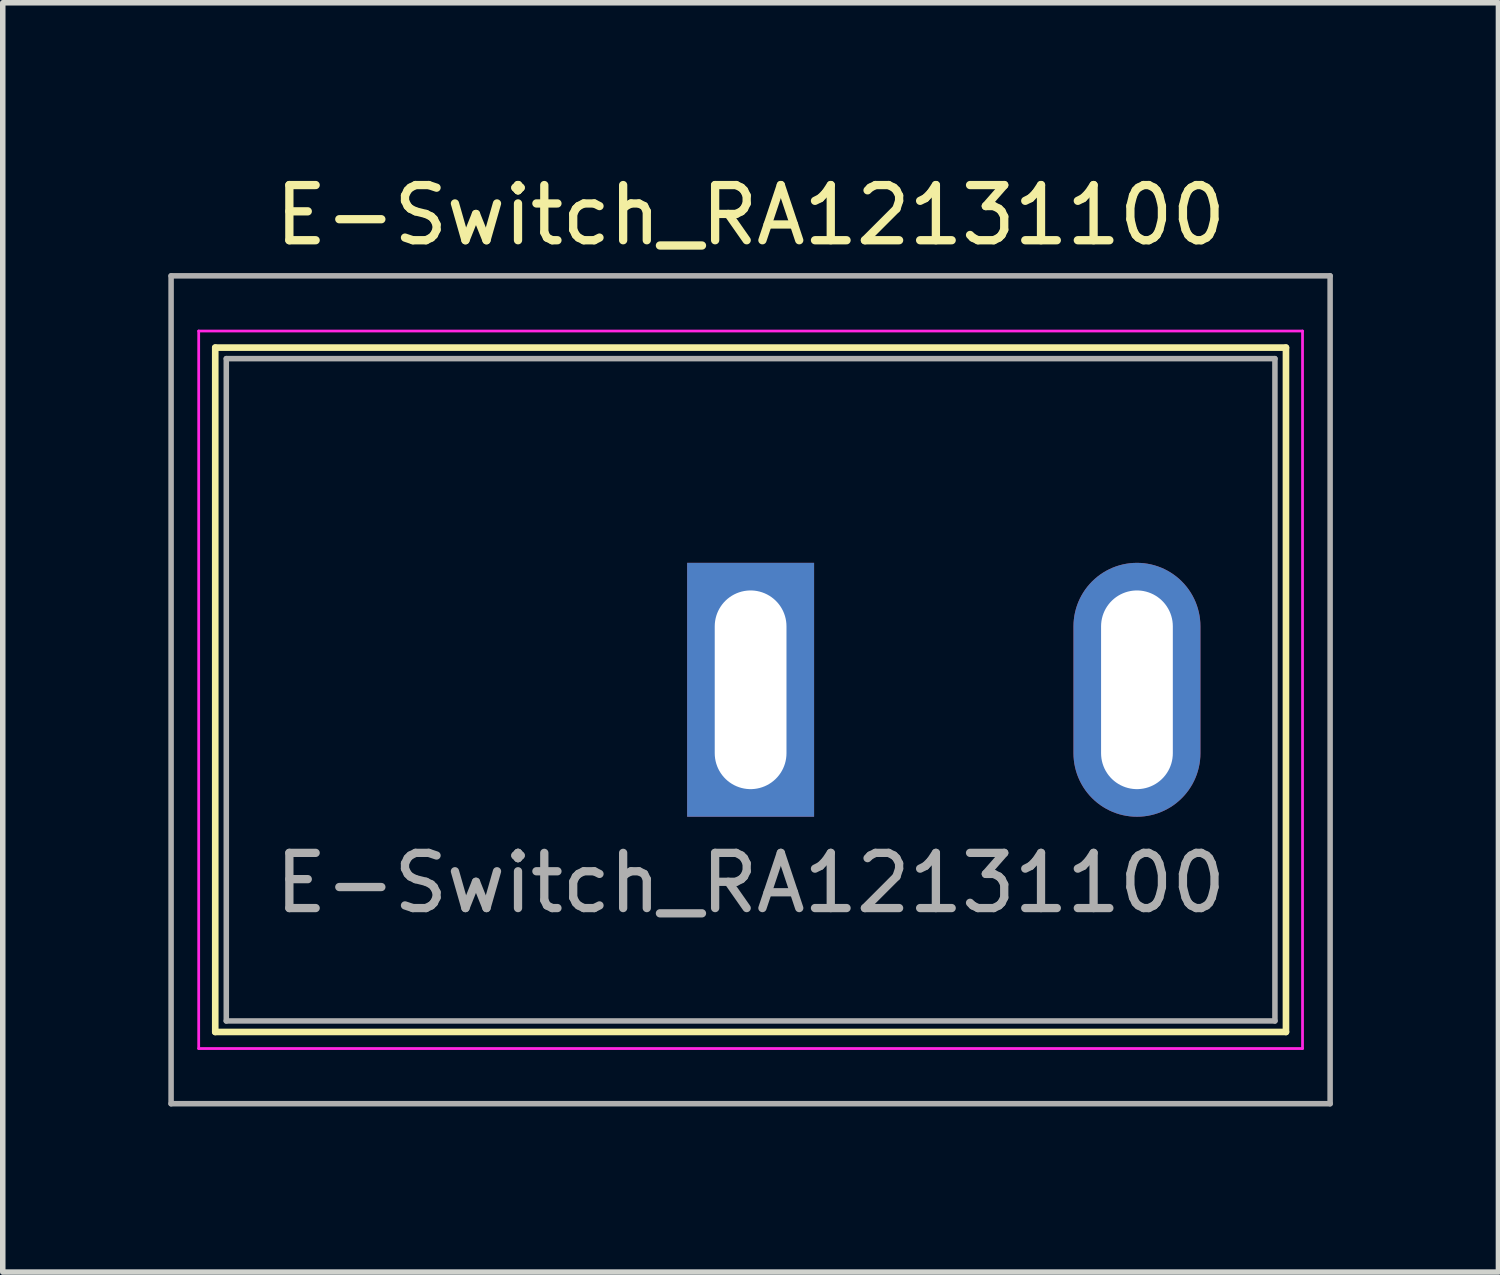
<source format=kicad_pcb>
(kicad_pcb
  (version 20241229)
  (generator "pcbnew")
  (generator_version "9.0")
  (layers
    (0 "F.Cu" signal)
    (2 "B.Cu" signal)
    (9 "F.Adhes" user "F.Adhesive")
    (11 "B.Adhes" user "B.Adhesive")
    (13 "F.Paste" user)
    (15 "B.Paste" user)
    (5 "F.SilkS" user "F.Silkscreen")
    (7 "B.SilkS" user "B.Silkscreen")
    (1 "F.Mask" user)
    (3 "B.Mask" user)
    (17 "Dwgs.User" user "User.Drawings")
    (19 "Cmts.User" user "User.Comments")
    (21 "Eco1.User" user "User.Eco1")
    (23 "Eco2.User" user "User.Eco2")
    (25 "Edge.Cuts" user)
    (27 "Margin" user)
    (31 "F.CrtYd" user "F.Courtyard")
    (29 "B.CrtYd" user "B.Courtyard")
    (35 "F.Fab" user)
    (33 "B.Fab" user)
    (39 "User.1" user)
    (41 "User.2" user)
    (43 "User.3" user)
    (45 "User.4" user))
  (footprint "E-Switch_RA12131100"
    (layer "F.Cu")
    (at 10.55 9.448)
    (property "Reference" "E-Switch_RA12131100" (at 0 -8.6 0) (layer "F.SilkS") (effects (font (size 1 1) (thickness 0.15))))
    (attr through_hole)
    (fp_line (start -9.7 -6.2) (end -9.7 6.2) (stroke (width 0.12) (type solid)) (layer "F.SilkS"))
    (fp_line (start -9.7 6.2) (end 9.7 6.2) (stroke (width 0.12) (type solid)) (layer "F.SilkS"))
    (fp_line (start 9.7 -6.2) (end -9.7 -6.2) (stroke (width 0.12) (type solid)) (layer "F.SilkS"))
    (fp_line (start 9.7 6.2) (end 9.7 -6.2) (stroke (width 0.12) (type solid)) (layer "F.SilkS"))
    (fp_line (start -10 -6.5) (end -10 6.5) (stroke (width 0.05) (type solid)) (layer "F.CrtYd"))
    (fp_line (start -10 6.5) (end 10 6.5) (stroke (width 0.05) (type solid)) (layer "F.CrtYd"))
    (fp_line (start 10 -6.5) (end -10 -6.5) (stroke (width 0.05) (type solid)) (layer "F.CrtYd"))
    (fp_line (start 10 6.5) (end 10 -6.5) (stroke (width 0.05) (type solid)) (layer "F.CrtYd"))
    (fp_line (start -10.5 -7.5) (end -10.5 7.5) (stroke (width 0.1) (type solid)) (layer "F.Fab"))
    (fp_line (start -10.5 7.5) (end 10.5 7.5) (stroke (width 0.1) (type solid)) (layer "F.Fab"))
    (fp_line (start -9.5 -6) (end -9.5 6) (stroke (width 0.1) (type solid)) (layer "F.Fab"))
    (fp_line (start -9.5 6) (end 9.5 6) (stroke (width 0.1) (type solid)) (layer "F.Fab"))
    (fp_line (start 9.5 -6) (end -9.5 -6) (stroke (width 0.1) (type solid)) (layer "F.Fab"))
    (fp_line (start 9.5 6) (end 9.5 -6) (stroke (width 0.1) (type solid)) (layer "F.Fab"))
    (fp_line (start 10.5 -7.5) (end -10.5 -7.5) (stroke (width 0.1) (type solid)) (layer "F.Fab"))
    (fp_line (start 10.5 7.5) (end 10.5 -7.5) (stroke (width 0.1) (type solid)) (layer "F.Fab"))
    (fp_text user "${REFERENCE}" (at 0 3.5 0) (layer "F.Fab") (effects (font (size 1 1) (thickness 0.15))))
    (pad "1" thru_hole rect (at 0 0) (size 2.3 4.6) (drill oval 1.3 3.6) (layers "*.Cu" "*.Mask"))
    (pad "2" thru_hole oval (at 7 0) (size 2.3 4.6) (drill oval 1.3 3.6) (layers "*.Cu" "*.Mask")))
  (gr_rect
    (start -3 -3)
    (end 24.1 19.998)
    (stroke (width 0.1) (type default))
    (fill no)
    (layer "Edge.Cuts")))
</source>
